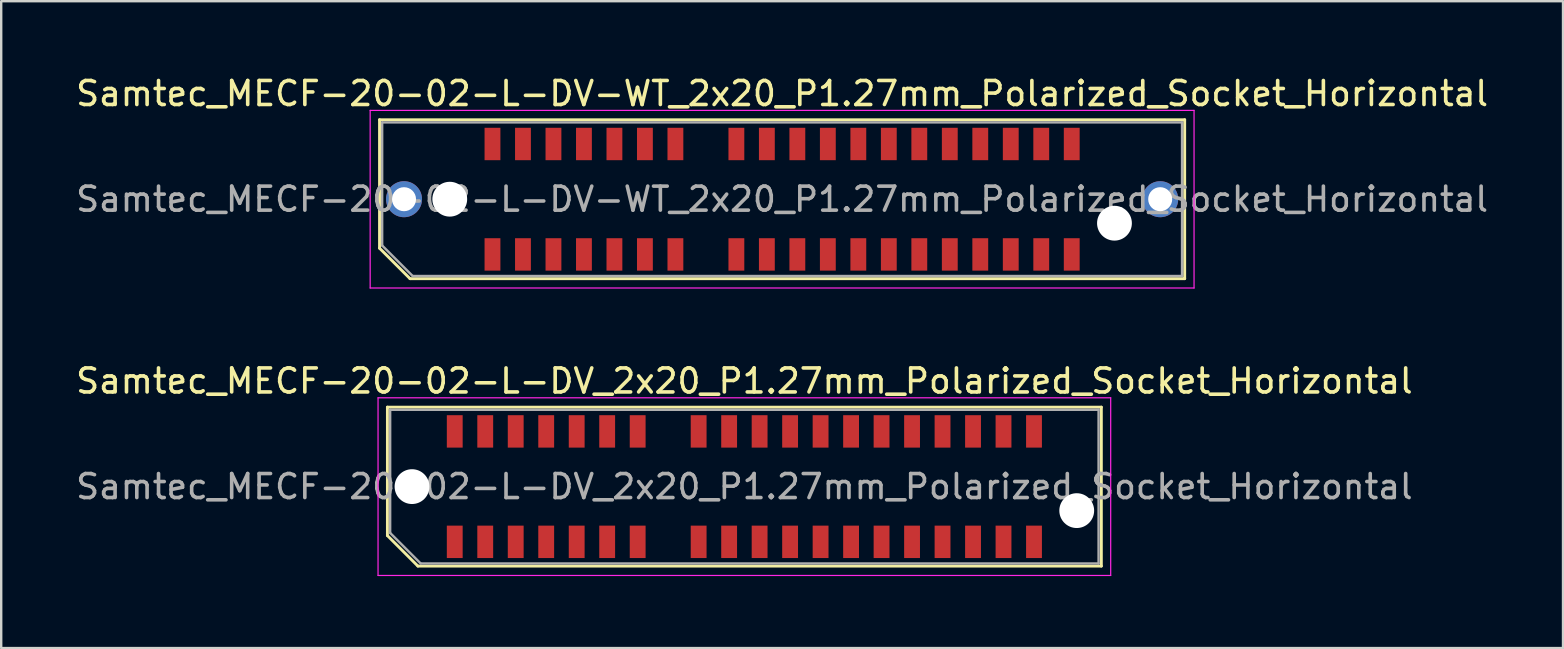
<source format=kicad_pcb>
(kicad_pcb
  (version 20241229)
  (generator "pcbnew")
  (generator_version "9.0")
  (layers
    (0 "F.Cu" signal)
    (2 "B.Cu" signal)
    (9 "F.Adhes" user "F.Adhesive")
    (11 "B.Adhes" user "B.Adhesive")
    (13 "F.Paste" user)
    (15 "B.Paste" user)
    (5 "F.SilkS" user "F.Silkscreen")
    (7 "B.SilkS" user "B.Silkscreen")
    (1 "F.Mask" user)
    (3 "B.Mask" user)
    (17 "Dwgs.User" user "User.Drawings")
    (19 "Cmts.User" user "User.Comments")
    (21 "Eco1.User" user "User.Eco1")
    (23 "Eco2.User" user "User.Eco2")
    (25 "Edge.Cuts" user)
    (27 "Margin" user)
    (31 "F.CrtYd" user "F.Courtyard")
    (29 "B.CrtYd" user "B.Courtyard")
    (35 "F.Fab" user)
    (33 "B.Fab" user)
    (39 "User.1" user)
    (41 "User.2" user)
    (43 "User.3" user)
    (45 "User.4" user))
  (footprint "Samtec_MECF-20-02-L-DV-WT_2x20_P1.27mm_Polarized_Socket_Horizontal"
    (layer "F.Cu")
    (at 29.53 5.248)
    (property "Reference" "Samtec_MECF-20-02-L-DV-WT_2x20_P1.27mm_Polarized_Socket_Horizontal" (at 0 -4.4 0) (layer "F.SilkS") (effects (font (size 1 1) (thickness 0.15))))
    (attr smd)
    (fp_line (start -16.77 -3.31) (end 16.77 -3.31) (stroke (width 0.12) (type solid)) (layer "F.SilkS"))
    (fp_line (start -16.77 2.04) (end -16.77 -3.31) (stroke (width 0.12) (type solid)) (layer "F.SilkS"))
    (fp_line (start -15.5 3.31) (end -16.77 2.04) (stroke (width 0.12) (type solid)) (layer "F.SilkS"))
    (fp_line (start -15.5 3.31) (end 16.77 3.31) (stroke (width 0.12) (type solid)) (layer "F.SilkS"))
    (fp_line (start 16.77 3.31) (end 16.77 -3.31) (stroke (width 0.12) (type solid)) (layer "F.SilkS"))
    (fp_line (start -17.16 -3.7) (end -17.16 3.7) (stroke (width 0.05) (type solid)) (layer "F.CrtYd"))
    (fp_line (start -17.16 3.7) (end 17.16 3.7) (stroke (width 0.05) (type solid)) (layer "F.CrtYd"))
    (fp_line (start 17.16 -3.7) (end -17.16 -3.7) (stroke (width 0.05) (type solid)) (layer "F.CrtYd"))
    (fp_line (start 17.16 3.7) (end 17.16 -3.7) (stroke (width 0.05) (type solid)) (layer "F.CrtYd"))
    (fp_line (start -16.66 -3.2) (end 16.66 -3.2) (stroke (width 0.1) (type solid)) (layer "F.Fab"))
    (fp_line (start -16.66 1.93) (end -16.66 -3.2) (stroke (width 0.1) (type solid)) (layer "F.Fab"))
    (fp_line (start -16.66 1.93) (end -15.39 3.2) (stroke (width 0.1) (type solid)) (layer "F.Fab"))
    (fp_line (start -15.39 3.2) (end 16.66 3.2) (stroke (width 0.1) (type solid)) (layer "F.Fab"))
    (fp_line (start 16.66 3.2) (end 16.66 -3.2) (stroke (width 0.1) (type solid)) (layer "F.Fab"))
    (fp_text user "${REFERENCE}" (at 0 0 0) (layer "F.Fab") (effects (font (size 1 1) (thickness 0.15))))
    (pad "" thru_hole circle (at -15.75 0) (size 1.5 1.5) (drill 1) (layers "*.Cu" "*.Mask"))
    (pad "" np_thru_hole circle (at -13.845 0) (size 1.45 1.45) (drill 1.45) (layers "*.Cu" "*.Mask"))
    (pad "" np_thru_hole circle (at 13.845 1) (size 1.45 1.45) (drill 1.45) (layers "*.Cu" "*.Mask"))
    (pad "" thru_hole circle (at 15.75 0) (size 1.5 1.5) (drill 1) (layers "*.Cu" "*.Mask"))
    (pad "1" smd rect (at -12.065 2.3) (size 0.66 1.35) (layers "F.Cu" "F.Mask" "F.Paste"))
    (pad "2" smd rect (at -12.065 -2.3) (size 0.66 1.35) (layers "F.Cu" "F.Mask" "F.Paste"))
    (pad "3" smd rect (at -10.795 2.3) (size 0.66 1.35) (layers "F.Cu" "F.Mask" "F.Paste"))
    (pad "4" smd rect (at -10.795 -2.3) (size 0.66 1.35) (layers "F.Cu" "F.Mask" "F.Paste"))
    (pad "5" smd rect (at -9.525 2.3) (size 0.66 1.35) (layers "F.Cu" "F.Mask" "F.Paste"))
    (pad "6" smd rect (at -9.525 -2.3) (size 0.66 1.35) (layers "F.Cu" "F.Mask" "F.Paste"))
    (pad "7" smd rect (at -8.255 2.3) (size 0.66 1.35) (layers "F.Cu" "F.Mask" "F.Paste"))
    (pad "8" smd rect (at -8.255 -2.3) (size 0.66 1.35) (layers "F.Cu" "F.Mask" "F.Paste"))
    (pad "9" smd rect (at -6.985 2.3) (size 0.66 1.35) (layers "F.Cu" "F.Mask" "F.Paste"))
    (pad "10" smd rect (at -6.985 -2.3) (size 0.66 1.35) (layers "F.Cu" "F.Mask" "F.Paste"))
    (pad "11" smd rect (at -5.715 2.3) (size 0.66 1.35) (layers "F.Cu" "F.Mask" "F.Paste"))
    (pad "12" smd rect (at -5.715 -2.3) (size 0.66 1.35) (layers "F.Cu" "F.Mask" "F.Paste"))
    (pad "13" smd rect (at -4.445 2.3) (size 0.66 1.35) (layers "F.Cu" "F.Mask" "F.Paste"))
    (pad "14" smd rect (at -4.445 -2.3) (size 0.66 1.35) (layers "F.Cu" "F.Mask" "F.Paste"))
    (pad "17" smd rect (at -1.905 2.3) (size 0.66 1.35) (layers "F.Cu" "F.Mask" "F.Paste"))
    (pad "18" smd rect (at -1.905 -2.3) (size 0.66 1.35) (layers "F.Cu" "F.Mask" "F.Paste"))
    (pad "19" smd rect (at -0.635 2.3) (size 0.66 1.35) (layers "F.Cu" "F.Mask" "F.Paste"))
    (pad "20" smd rect (at -0.635 -2.3) (size 0.66 1.35) (layers "F.Cu" "F.Mask" "F.Paste"))
    (pad "21" smd rect (at 0.635 2.3) (size 0.66 1.35) (layers "F.Cu" "F.Mask" "F.Paste"))
    (pad "22" smd rect (at 0.635 -2.3) (size 0.66 1.35) (layers "F.Cu" "F.Mask" "F.Paste"))
    (pad "23" smd rect (at 1.905 2.3) (size 0.66 1.35) (layers "F.Cu" "F.Mask" "F.Paste"))
    (pad "24" smd rect (at 1.905 -2.3) (size 0.66 1.35) (layers "F.Cu" "F.Mask" "F.Paste"))
    (pad "25" smd rect (at 3.175 2.3) (size 0.66 1.35) (layers "F.Cu" "F.Mask" "F.Paste"))
    (pad "26" smd rect (at 3.175 -2.3) (size 0.66 1.35) (layers "F.Cu" "F.Mask" "F.Paste"))
    (pad "27" smd rect (at 4.445 2.3) (size 0.66 1.35) (layers "F.Cu" "F.Mask" "F.Paste"))
    (pad "28" smd rect (at 4.445 -2.3) (size 0.66 1.35) (layers "F.Cu" "F.Mask" "F.Paste"))
    (pad "29" smd rect (at 5.715 2.3) (size 0.66 1.35) (layers "F.Cu" "F.Mask" "F.Paste"))
    (pad "30" smd rect (at 5.715 -2.3) (size 0.66 1.35) (layers "F.Cu" "F.Mask" "F.Paste"))
    (pad "31" smd rect (at 6.985 2.3) (size 0.66 1.35) (layers "F.Cu" "F.Mask" "F.Paste"))
    (pad "32" smd rect (at 6.985 -2.3) (size 0.66 1.35) (layers "F.Cu" "F.Mask" "F.Paste"))
    (pad "33" smd rect (at 8.255 2.3) (size 0.66 1.35) (layers "F.Cu" "F.Mask" "F.Paste"))
    (pad "34" smd rect (at 8.255 -2.3) (size 0.66 1.35) (layers "F.Cu" "F.Mask" "F.Paste"))
    (pad "35" smd rect (at 9.525 2.3) (size 0.66 1.35) (layers "F.Cu" "F.Mask" "F.Paste"))
    (pad "36" smd rect (at 9.525 -2.3) (size 0.66 1.35) (layers "F.Cu" "F.Mask" "F.Paste"))
    (pad "37" smd rect (at 10.795 2.3) (size 0.66 1.35) (layers "F.Cu" "F.Mask" "F.Paste"))
    (pad "38" smd rect (at 10.795 -2.3) (size 0.66 1.35) (layers "F.Cu" "F.Mask" "F.Paste"))
    (pad "39" smd rect (at 12.065 2.3) (size 0.66 1.35) (layers "F.Cu" "F.Mask" "F.Paste"))
    (pad "40" smd rect (at 12.065 -2.3) (size 0.66 1.35) (layers "F.Cu" "F.Mask" "F.Paste")))
  (footprint "Samtec_MECF-20-02-L-DV_2x20_P1.27mm_Polarized_Socket_Horizontal"
    (layer "F.Cu")
    (at 27.958 17.221)
    (property "Reference" "Samtec_MECF-20-02-L-DV_2x20_P1.27mm_Polarized_Socket_Horizontal" (at 0 -4.4 0) (layer "F.SilkS") (effects (font (size 1 1) (thickness 0.15))))
    (attr smd)
    (fp_line (start -14.87 -3.31) (end 14.87 -3.31) (stroke (width 0.12) (type solid)) (layer "F.SilkS"))
    (fp_line (start -14.87 2.04) (end -14.87 -3.31) (stroke (width 0.12) (type solid)) (layer "F.SilkS"))
    (fp_line (start -13.6 3.31) (end -14.87 2.04) (stroke (width 0.12) (type solid)) (layer "F.SilkS"))
    (fp_line (start -13.6 3.31) (end 14.87 3.31) (stroke (width 0.12) (type solid)) (layer "F.SilkS"))
    (fp_line (start 14.87 3.31) (end 14.87 -3.31) (stroke (width 0.12) (type solid)) (layer "F.SilkS"))
    (fp_line (start -15.26 -3.7) (end -15.26 3.7) (stroke (width 0.05) (type solid)) (layer "F.CrtYd"))
    (fp_line (start -15.26 3.7) (end 15.26 3.7) (stroke (width 0.05) (type solid)) (layer "F.CrtYd"))
    (fp_line (start 15.26 -3.7) (end -15.26 -3.7) (stroke (width 0.05) (type solid)) (layer "F.CrtYd"))
    (fp_line (start 15.26 3.7) (end 15.26 -3.7) (stroke (width 0.05) (type solid)) (layer "F.CrtYd"))
    (fp_line (start -14.755 -3.2) (end 14.755 -3.2) (stroke (width 0.1) (type solid)) (layer "F.Fab"))
    (fp_line (start -14.755 1.93) (end -14.755 -3.2) (stroke (width 0.1) (type solid)) (layer "F.Fab"))
    (fp_line (start -14.755 1.93) (end -13.485 3.2) (stroke (width 0.1) (type solid)) (layer "F.Fab"))
    (fp_line (start -13.485 3.2) (end 14.755 3.2) (stroke (width 0.1) (type solid)) (layer "F.Fab"))
    (fp_line (start 14.755 3.2) (end 14.755 -3.2) (stroke (width 0.1) (type solid)) (layer "F.Fab"))
    (fp_text user "${REFERENCE}" (at 0 0 0) (layer "F.Fab") (effects (font (size 1 1) (thickness 0.15))))
    (pad "" np_thru_hole circle (at -13.845 0) (size 1.45 1.45) (drill 1.45) (layers "*.Cu" "*.Mask"))
    (pad "" np_thru_hole circle (at 13.845 1) (size 1.45 1.45) (drill 1.45) (layers "*.Cu" "*.Mask"))
    (pad "1" smd rect (at -12.065 2.3) (size 0.66 1.35) (layers "F.Cu" "F.Mask" "F.Paste"))
    (pad "2" smd rect (at -12.065 -2.3) (size 0.66 1.35) (layers "F.Cu" "F.Mask" "F.Paste"))
    (pad "3" smd rect (at -10.795 2.3) (size 0.66 1.35) (layers "F.Cu" "F.Mask" "F.Paste"))
    (pad "4" smd rect (at -10.795 -2.3) (size 0.66 1.35) (layers "F.Cu" "F.Mask" "F.Paste"))
    (pad "5" smd rect (at -9.525 2.3) (size 0.66 1.35) (layers "F.Cu" "F.Mask" "F.Paste"))
    (pad "6" smd rect (at -9.525 -2.3) (size 0.66 1.35) (layers "F.Cu" "F.Mask" "F.Paste"))
    (pad "7" smd rect (at -8.255 2.3) (size 0.66 1.35) (layers "F.Cu" "F.Mask" "F.Paste"))
    (pad "8" smd rect (at -8.255 -2.3) (size 0.66 1.35) (layers "F.Cu" "F.Mask" "F.Paste"))
    (pad "9" smd rect (at -6.985 2.3) (size 0.66 1.35) (layers "F.Cu" "F.Mask" "F.Paste"))
    (pad "10" smd rect (at -6.985 -2.3) (size 0.66 1.35) (layers "F.Cu" "F.Mask" "F.Paste"))
    (pad "11" smd rect (at -5.715 2.3) (size 0.66 1.35) (layers "F.Cu" "F.Mask" "F.Paste"))
    (pad "12" smd rect (at -5.715 -2.3) (size 0.66 1.35) (layers "F.Cu" "F.Mask" "F.Paste"))
    (pad "13" smd rect (at -4.445 2.3) (size 0.66 1.35) (layers "F.Cu" "F.Mask" "F.Paste"))
    (pad "14" smd rect (at -4.445 -2.3) (size 0.66 1.35) (layers "F.Cu" "F.Mask" "F.Paste"))
    (pad "17" smd rect (at -1.905 2.3) (size 0.66 1.35) (layers "F.Cu" "F.Mask" "F.Paste"))
    (pad "18" smd rect (at -1.905 -2.3) (size 0.66 1.35) (layers "F.Cu" "F.Mask" "F.Paste"))
    (pad "19" smd rect (at -0.635 2.3) (size 0.66 1.35) (layers "F.Cu" "F.Mask" "F.Paste"))
    (pad "20" smd rect (at -0.635 -2.3) (size 0.66 1.35) (layers "F.Cu" "F.Mask" "F.Paste"))
    (pad "21" smd rect (at 0.635 2.3) (size 0.66 1.35) (layers "F.Cu" "F.Mask" "F.Paste"))
    (pad "22" smd rect (at 0.635 -2.3) (size 0.66 1.35) (layers "F.Cu" "F.Mask" "F.Paste"))
    (pad "23" smd rect (at 1.905 2.3) (size 0.66 1.35) (layers "F.Cu" "F.Mask" "F.Paste"))
    (pad "24" smd rect (at 1.905 -2.3) (size 0.66 1.35) (layers "F.Cu" "F.Mask" "F.Paste"))
    (pad "25" smd rect (at 3.175 2.3) (size 0.66 1.35) (layers "F.Cu" "F.Mask" "F.Paste"))
    (pad "26" smd rect (at 3.175 -2.3) (size 0.66 1.35) (layers "F.Cu" "F.Mask" "F.Paste"))
    (pad "27" smd rect (at 4.445 2.3) (size 0.66 1.35) (layers "F.Cu" "F.Mask" "F.Paste"))
    (pad "28" smd rect (at 4.445 -2.3) (size 0.66 1.35) (layers "F.Cu" "F.Mask" "F.Paste"))
    (pad "29" smd rect (at 5.715 2.3) (size 0.66 1.35) (layers "F.Cu" "F.Mask" "F.Paste"))
    (pad "30" smd rect (at 5.715 -2.3) (size 0.66 1.35) (layers "F.Cu" "F.Mask" "F.Paste"))
    (pad "31" smd rect (at 6.985 2.3) (size 0.66 1.35) (layers "F.Cu" "F.Mask" "F.Paste"))
    (pad "32" smd rect (at 6.985 -2.3) (size 0.66 1.35) (layers "F.Cu" "F.Mask" "F.Paste"))
    (pad "33" smd rect (at 8.255 2.3) (size 0.66 1.35) (layers "F.Cu" "F.Mask" "F.Paste"))
    (pad "34" smd rect (at 8.255 -2.3) (size 0.66 1.35) (layers "F.Cu" "F.Mask" "F.Paste"))
    (pad "35" smd rect (at 9.525 2.3) (size 0.66 1.35) (layers "F.Cu" "F.Mask" "F.Paste"))
    (pad "36" smd rect (at 9.525 -2.3) (size 0.66 1.35) (layers "F.Cu" "F.Mask" "F.Paste"))
    (pad "37" smd rect (at 10.795 2.3) (size 0.66 1.35) (layers "F.Cu" "F.Mask" "F.Paste"))
    (pad "38" smd rect (at 10.795 -2.3) (size 0.66 1.35) (layers "F.Cu" "F.Mask" "F.Paste"))
    (pad "39" smd rect (at 12.065 2.3) (size 0.66 1.35) (layers "F.Cu" "F.Mask" "F.Paste"))
    (pad "40" smd rect (at 12.065 -2.3) (size 0.66 1.35) (layers "F.Cu" "F.Mask" "F.Paste")))
  (gr_rect
    (start -3 -3)
    (end 62.06 23.947)
    (stroke (width 0.1) (type default))
    (fill no)
    (layer "Edge.Cuts")))
</source>
